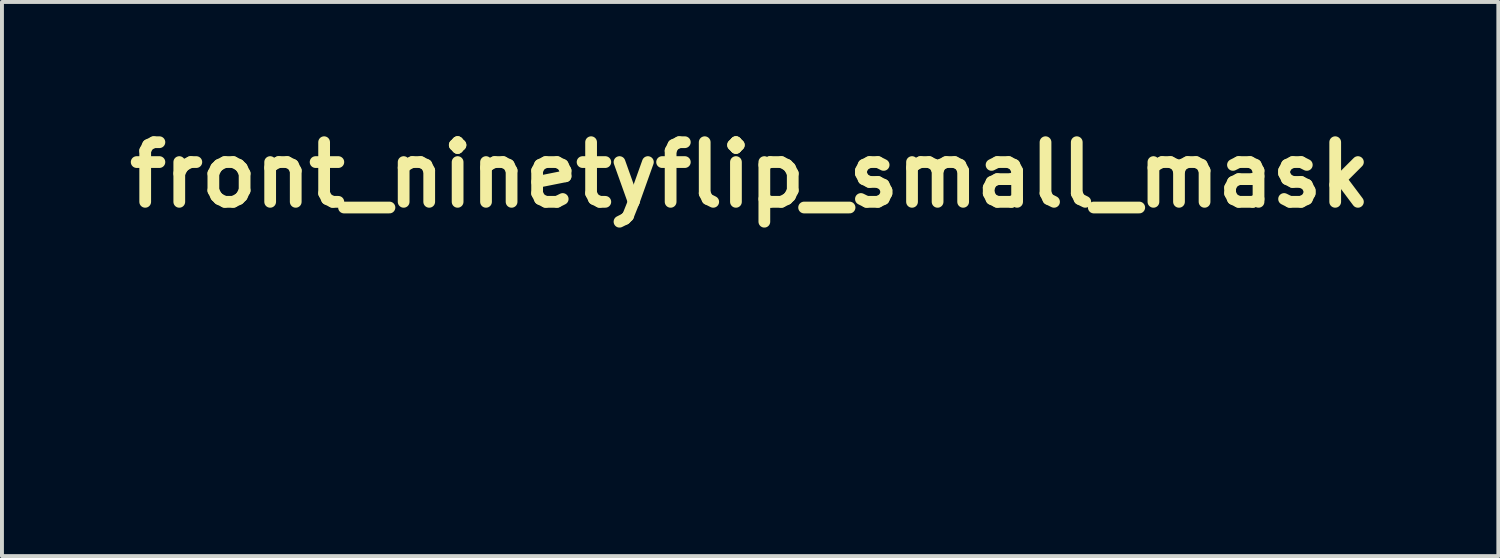
<source format=kicad_pcb>
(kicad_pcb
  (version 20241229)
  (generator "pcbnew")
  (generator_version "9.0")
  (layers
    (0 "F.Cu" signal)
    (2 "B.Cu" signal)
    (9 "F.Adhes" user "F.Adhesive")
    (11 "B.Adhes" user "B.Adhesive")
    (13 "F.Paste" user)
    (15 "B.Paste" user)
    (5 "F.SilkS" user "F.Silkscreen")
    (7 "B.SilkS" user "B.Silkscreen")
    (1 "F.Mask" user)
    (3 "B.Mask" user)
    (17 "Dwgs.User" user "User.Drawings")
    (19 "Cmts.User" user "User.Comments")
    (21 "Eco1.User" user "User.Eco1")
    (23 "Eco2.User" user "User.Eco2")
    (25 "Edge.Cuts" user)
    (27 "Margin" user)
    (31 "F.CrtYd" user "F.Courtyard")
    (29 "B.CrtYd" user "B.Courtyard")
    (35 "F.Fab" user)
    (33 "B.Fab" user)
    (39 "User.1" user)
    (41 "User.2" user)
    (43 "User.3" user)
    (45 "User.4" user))
  (footprint "front_ninetyflip_small_mask"
    (layer "F.Cu")
    (at 16.118 5.228)
    (property "Reference" "front_ninetyflip_small_mask" (at 0 -3.81 0) (layer "F.SilkS") (effects (font (size 1.524 1.524) (thickness 0.3))))
    (attr through_hole)
    (fp_poly (pts (xy -7.991 1.987) (xy -9.028 1.987) (xy -9.028 -1.08) (xy -7.991 -1.08)) (stroke (width 0) (type solid)) (fill yes) (layer "F.Mask"))
    (fp_poly (pts (xy -7.97 -2.095) (xy -7.97 -1.447) (xy -9.071 -1.423) (xy -9.071 -2.119)) (stroke (width 0) (type solid)) (fill yes) (layer "F.Mask"))
    (fp_poly (pts (xy 8.013 -1.577) (xy 7.469 -1.551) (xy 7.495 -2.052) (xy 8.013 -2.052)) (stroke (width 0) (type solid)) (fill yes) (layer "F.Mask"))
    (fp_poly (pts (xy 7.991 1.987) (xy 7.753 1.987) (xy 7.594 1.977) (xy 7.506 1.949) (xy 7.493 1.933) (xy 7.488 1.878) (xy 7.485 1.747) (xy 7.482 1.551) (xy 7.481 1.3) (xy 7.481 1.005) (xy 7.482 0.675) (xy 7.483 0.432) (xy 7.495 -1.015) (xy 7.743 -1.028) (xy 7.991 -1.041)) (stroke (width 0) (type solid)) (fill yes) (layer "F.Mask"))
    (fp_poly (pts (xy 6.22 1.987) (xy 5.99 1.987) (xy 5.856 1.982) (xy 5.759 1.969) (xy 5.731 1.958) (xy 5.725 1.91) (xy 5.719 1.785) (xy 5.715 1.59) (xy 5.71 1.336) (xy 5.707 1.029) (xy 5.704 0.679) (xy 5.703 0.296) (xy 5.702 -0.063) (xy 5.703 -0.564) (xy 5.705 -0.984) (xy 5.708 -1.328) (xy 5.713 -1.602) (xy 5.719 -1.811) (xy 5.728 -1.961) (xy 5.738 -2.056) (xy 5.75 -2.103) (xy 5.754 -2.108) (xy 5.826 -2.139) (xy 5.948 -2.157) (xy 6.013 -2.16) (xy 6.22 -2.16)) (stroke (width 0) (type solid)) (fill yes) (layer "F.Mask"))
    (fp_poly (pts (xy 4.322 -2.108) (xy 4.73 -2.095) (xy 4.73 -1.663) (xy 4.406 -1.641) (xy 4.082 -1.62) (xy 4.069 -1.33) (xy 4.057 -1.04) (xy 4.393 -1.028) (xy 4.73 -1.015) (xy 4.73 -0.626) (xy 4.396 -0.614) (xy 4.062 -0.601) (xy 4.05 0.682) (xy 4.039 1.965) (xy 3.791 1.978) (xy 3.542 1.991) (xy 3.542 -0.562) (xy 3.402 -0.562) (xy 3.259 -0.577) (xy 3.183 -0.63) (xy 3.159 -0.74) (xy 3.161 -0.825) (xy 3.175 -1.015) (xy 3.359 -1.028) (xy 3.542 -1.042) (xy 3.542 -1.409) (xy 3.552 -1.666) (xy 3.59 -1.855) (xy 3.665 -1.984) (xy 3.789 -2.063) (xy 3.973 -2.101) (xy 4.228 -2.11)) (stroke (width 0) (type solid)) (fill yes) (layer "F.Mask"))
    (fp_poly (pts (xy -9.636 -1.11) (xy -9.493 -1.069) (xy -9.465 -1.053) (xy -9.407 -1.007) (xy -9.36 -0.954) (xy -9.323 -0.884) (xy -9.294 -0.788) (xy -9.274 -0.657) (xy -9.26 -0.482) (xy -9.251 -0.254) (xy -9.246 0.038) (xy -9.244 0.401) (xy -9.244 0.647) (xy -9.244 1.987) (xy -10.281 1.987) (xy -10.282 0.983) (xy -10.283 0.694) (xy -10.288 0.433) (xy -10.294 0.213) (xy -10.303 0.045) (xy -10.313 -0.056) (xy -10.319 -0.079) (xy -10.373 -0.114) (xy -10.481 -0.116) (xy -10.556 -0.107) (xy -10.756 -0.077) (xy -10.756 1.987) (xy -11.794 1.987) (xy -11.783 0.464) (xy -11.771 -1.058) (xy -11.382 -1.091) (xy -11.176 -1.105) (xy -11.039 -1.099) (xy -10.954 -1.064) (xy -10.905 -0.993) (xy -10.874 -0.875) (xy -10.863 -0.817) (xy -10.837 -0.71) (xy -10.806 -0.652) (xy -10.797 -0.648) (xy -10.744 -0.674) (xy -10.655 -0.74) (xy -10.617 -0.772) (xy -10.428 -0.929) (xy -10.273 -1.033) (xy -10.13 -1.092) (xy -9.978 -1.119) (xy -9.853 -1.123)) (stroke (width 0) (type solid)) (fill yes) (layer "F.Mask"))
    (fp_poly (pts (xy -5.575 -1.11) (xy -5.433 -1.069) (xy -5.405 -1.053) (xy -5.346 -1.007) (xy -5.299 -0.954) (xy -5.262 -0.884) (xy -5.234 -0.788) (xy -5.213 -0.657) (xy -5.199 -0.482) (xy -5.19 -0.254) (xy -5.186 0.038) (xy -5.184 0.401) (xy -5.184 0.647) (xy -5.184 1.987) (xy -6.22 1.987) (xy -6.221 0.983) (xy -6.223 0.694) (xy -6.227 0.433) (xy -6.234 0.213) (xy -6.242 0.045) (xy -6.252 -0.056) (xy -6.258 -0.079) (xy -6.312 -0.114) (xy -6.421 -0.116) (xy -6.495 -0.107) (xy -6.696 -0.077) (xy -6.696 1.987) (xy -7.733 1.987) (xy -7.722 0.464) (xy -7.711 -1.058) (xy -7.322 -1.091) (xy -7.116 -1.105) (xy -6.979 -1.099) (xy -6.894 -1.064) (xy -6.844 -0.993) (xy -6.813 -0.875) (xy -6.803 -0.817) (xy -6.776 -0.71) (xy -6.745 -0.652) (xy -6.736 -0.648) (xy -6.683 -0.674) (xy -6.595 -0.74) (xy -6.557 -0.772) (xy -6.367 -0.929) (xy -6.212 -1.033) (xy -6.07 -1.092) (xy -5.917 -1.119) (xy -5.792 -1.123)) (stroke (width 0) (type solid)) (fill yes) (layer "F.Mask"))
    (fp_poly (pts (xy 10.821 -1.066) (xy 10.959 -1.004) (xy 11.019 -0.954) (xy 11.145 -0.827) (xy 11.145 0.453) (xy 11.144 0.839) (xy 11.142 1.147) (xy 11.137 1.389) (xy 11.127 1.573) (xy 11.113 1.71) (xy 11.092 1.808) (xy 11.065 1.877) (xy 11.029 1.928) (xy 10.984 1.969) (xy 10.976 1.975) (xy 10.858 2.017) (xy 10.671 2.023) (xy 10.421 1.992) (xy 10.119 1.926) (xy 9.719 1.823) (xy 9.719 2.894) (xy 9.489 2.894) (xy 9.355 2.889) (xy 9.258 2.876) (xy 9.23 2.865) (xy 9.224 2.818) (xy 9.218 2.692) (xy 9.213 2.498) (xy 9.209 2.244) (xy 9.205 1.939) (xy 9.203 1.592) (xy 9.201 1.212) (xy 9.201 0.92) (xy 9.201 0.518) (xy 9.719 0.518) (xy 9.719 1.419) (xy 10.011 1.447) (xy 10.165 1.463) (xy 10.286 1.479) (xy 10.346 1.491) (xy 10.419 1.5) (xy 10.497 1.499) (xy 10.605 1.49) (xy 10.617 0.464) (xy 10.62 0.141) (xy 10.621 -0.106) (xy 10.62 -0.287) (xy 10.616 -0.413) (xy 10.607 -0.493) (xy 10.593 -0.537) (xy 10.574 -0.557) (xy 10.549 -0.562) (xy 10.544 -0.562) (xy 10.464 -0.552) (xy 10.327 -0.528) (xy 10.16 -0.493) (xy 9.99 -0.456) (xy 9.844 -0.419) (xy 9.795 -0.405) (xy 9.77 -0.391) (xy 9.751 -0.359) (xy 9.737 -0.297) (xy 9.728 -0.195) (xy 9.723 -0.042) (xy 9.72 0.174) (xy 9.719 0.464) (xy 9.719 0.518) (xy 9.201 0.518) (xy 9.201 -0.996) (xy 9.317 -1.04) (xy 9.472 -1.075) (xy 9.592 -1.057) (xy 9.661 -0.989) (xy 9.669 -0.958) (xy 9.7 -0.872) (xy 9.734 -0.839) (xy 9.796 -0.844) (xy 9.916 -0.875) (xy 10.073 -0.925) (xy 10.142 -0.95) (xy 10.424 -1.039) (xy 10.646 -1.078)) (stroke (width 0) (type solid)) (fill yes) (layer "F.Mask"))
    (fp_poly (pts (xy -3.466 -1.12) (xy -3.226 -1.11) (xy -3.044 -1.089) (xy -2.91 -1.055) (xy -2.807 -1.003) (xy -2.725 -0.93) (xy -2.66 -0.85) (xy -2.62 -0.785) (xy -2.593 -0.704) (xy -2.575 -0.59) (xy -2.563 -0.424) (xy -2.556 -0.209) (xy -2.551 0.056) (xy -2.554 0.249) (xy -2.568 0.384) (xy -2.596 0.476) (xy -2.639 0.539) (xy -2.695 0.584) (xy -2.762 0.61) (xy -2.893 0.647) (xy -3.069 0.692) (xy -3.269 0.739) (xy -3.474 0.784) (xy -3.663 0.823) (xy -3.816 0.851) (xy -3.913 0.864) (xy -3.921 0.864) (xy -3.928 0.902) (xy -3.924 0.993) (xy -3.923 1.004) (xy -3.909 1.145) (xy -3.251 1.157) (xy -2.592 1.169) (xy -2.592 1.558) (xy -2.597 1.767) (xy -2.611 1.898) (xy -2.637 1.958) (xy -2.646 1.963) (xy -2.72 1.974) (xy -2.864 1.983) (xy -3.061 1.991) (xy -3.292 1.997) (xy -3.543 2.002) (xy -3.794 2.005) (xy -4.03 2.005) (xy -4.234 2.003) (xy -4.388 1.998) (xy -4.476 1.991) (xy -4.481 1.99) (xy -4.619 1.941) (xy -4.733 1.881) (xy -4.8 1.831) (xy -4.853 1.771) (xy -4.894 1.692) (xy -4.924 1.582) (xy -4.944 1.433) (xy -4.957 1.234) (xy -4.964 0.974) (xy -4.967 0.644) (xy -4.968 0.423) (xy -4.967 0.226) (xy -3.931 0.226) (xy -3.726 0.196) (xy -3.598 0.171) (xy -3.507 0.144) (xy -3.486 0.132) (xy -3.468 0.072) (xy -3.462 -0.041) (xy -3.464 -0.113) (xy -3.477 -0.324) (xy -3.704 -0.337) (xy -3.931 -0.35) (xy -3.931 0.226) (xy -4.967 0.226) (xy -4.967 0.084) (xy -4.965 -0.178) (xy -4.961 -0.378) (xy -4.954 -0.524) (xy -4.944 -0.629) (xy -4.929 -0.704) (xy -4.908 -0.761) (xy -4.882 -0.81) (xy -4.882 -0.81) (xy -4.81 -0.916) (xy -4.732 -0.995) (xy -4.636 -1.051) (xy -4.507 -1.088) (xy -4.332 -1.11) (xy -4.098 -1.12) (xy -3.791 -1.123) (xy -3.78 -1.123)) (stroke (width 0) (type solid)) (fill yes) (layer "F.Mask"))
    (fp_poly (pts (xy -1.037 -1.08) (xy -0.745 -1.077) (xy -0.583 -1.076) (xy -0.365 -1.076) (xy -0.12 -1.078) (xy 0.093 -1.08) (xy 0.347 -1.079) (xy 0.532 -1.07) (xy 0.641 -1.054) (xy 0.668 -1.04) (xy 0.687 -0.979) (xy 0.715 -0.849) (xy 0.75 -0.668) (xy 0.789 -0.452) (xy 0.829 -0.218) (xy 0.867 0.016) (xy 0.9 0.235) (xy 0.925 0.422) (xy 0.934 0.506) (xy 0.965 0.799) (xy 1.108 0.086) (xy 1.16 -0.17) (xy 1.211 -0.413) (xy 1.257 -0.623) (xy 1.293 -0.781) (xy 1.309 -0.842) (xy 1.366 -1.058) (xy 1.871 -1.071) (xy 2.089 -1.074) (xy 2.234 -1.073) (xy 2.321 -1.063) (xy 2.364 -1.045) (xy 2.376 -1.017) (xy 2.376 -1.013) (xy 2.364 -0.946) (xy 2.331 -0.806) (xy 2.28 -0.606) (xy 2.214 -0.357) (xy 2.136 -0.068) (xy 2.049 0.247) (xy 1.956 0.58) (xy 1.861 0.917) (xy 1.767 1.249) (xy 1.676 1.564) (xy 1.592 1.851) (xy 1.518 2.099) (xy 1.456 2.297) (xy 1.411 2.434) (xy 1.388 2.495) (xy 1.245 2.694) (xy 1.048 2.832) (xy 0.794 2.911) (xy 0.48 2.932) (xy 0.309 2.925) (xy 0.154 2.912) (xy 0.065 2.899) (xy -0.065 2.872) (xy -0.065 2.181) (xy 0.202 2.169) (xy 0.371 2.154) (xy 0.476 2.119) (xy 0.541 2.048) (xy 0.587 1.926) (xy 0.596 1.894) (xy 0.619 1.791) (xy 0.605 1.741) (xy 0.542 1.718) (xy 0.519 1.713) (xy 0.47 1.698) (xy 0.429 1.666) (xy 0.39 1.605) (xy 0.346 1.501) (xy 0.29 1.34) (xy 0.218 1.114) (xy 0.138 0.863) (xy 0.042 0.56) (xy -0.061 0.24) (xy -0.159 -0.066) (xy -0.194 -0.173) (xy -0.424 -0.886) (xy -0.428 -0.614) (xy -0.432 -0.471) (xy -0.449 -0.382) (xy -0.498 -0.332) (xy -0.596 -0.305) (xy -0.759 -0.284) (xy -0.788 -0.281) (xy -1.037 -0.253) (xy -1.037 0.405) (xy -1.034 0.7) (xy -1.024 0.913) (xy -1.009 1.05) (xy -0.986 1.113) (xy -0.985 1.114) (xy -0.916 1.143) (xy -0.791 1.162) (xy -0.683 1.166) (xy -0.432 1.166) (xy -0.432 1.532) (xy -0.434 1.715) (xy -0.444 1.83) (xy -0.466 1.897) (xy -0.502 1.935) (xy -0.516 1.942) (xy -0.591 1.961) (xy -0.732 1.975) (xy -0.916 1.985) (xy -1.078 1.987) (xy -1.352 1.981) (xy -1.557 1.96) (xy -1.712 1.918) (xy -1.833 1.852) (xy -1.94 1.756) (xy -1.944 1.752) (xy -1.979 1.712) (xy -2.006 1.67) (xy -2.026 1.614) (xy -2.039 1.532) (xy -2.049 1.413) (xy -2.055 1.244) (xy -2.06 1.014) (xy -2.065 0.71) (xy -2.065 0.688) (xy -2.078 -0.259) (xy -2.419 -0.259) (xy -2.419 -1.08) (xy -1.999 -1.08) (xy -1.945 -1.415) (xy -1.914 -1.581) (xy -1.881 -1.717) (xy -1.852 -1.797) (xy -1.848 -1.803) (xy -1.774 -1.835) (xy -1.617 -1.853) (xy -1.42 -1.857) (xy -1.037 -1.857)) (stroke (width 0) (type solid)) (fill yes) (layer "F.Mask")))
  (gr_rect
    (start -3 -3)
    (end 35.236 11.16)
    (stroke (width 0.1) (type default))
    (fill no)
    (layer "Edge.Cuts")))
</source>
